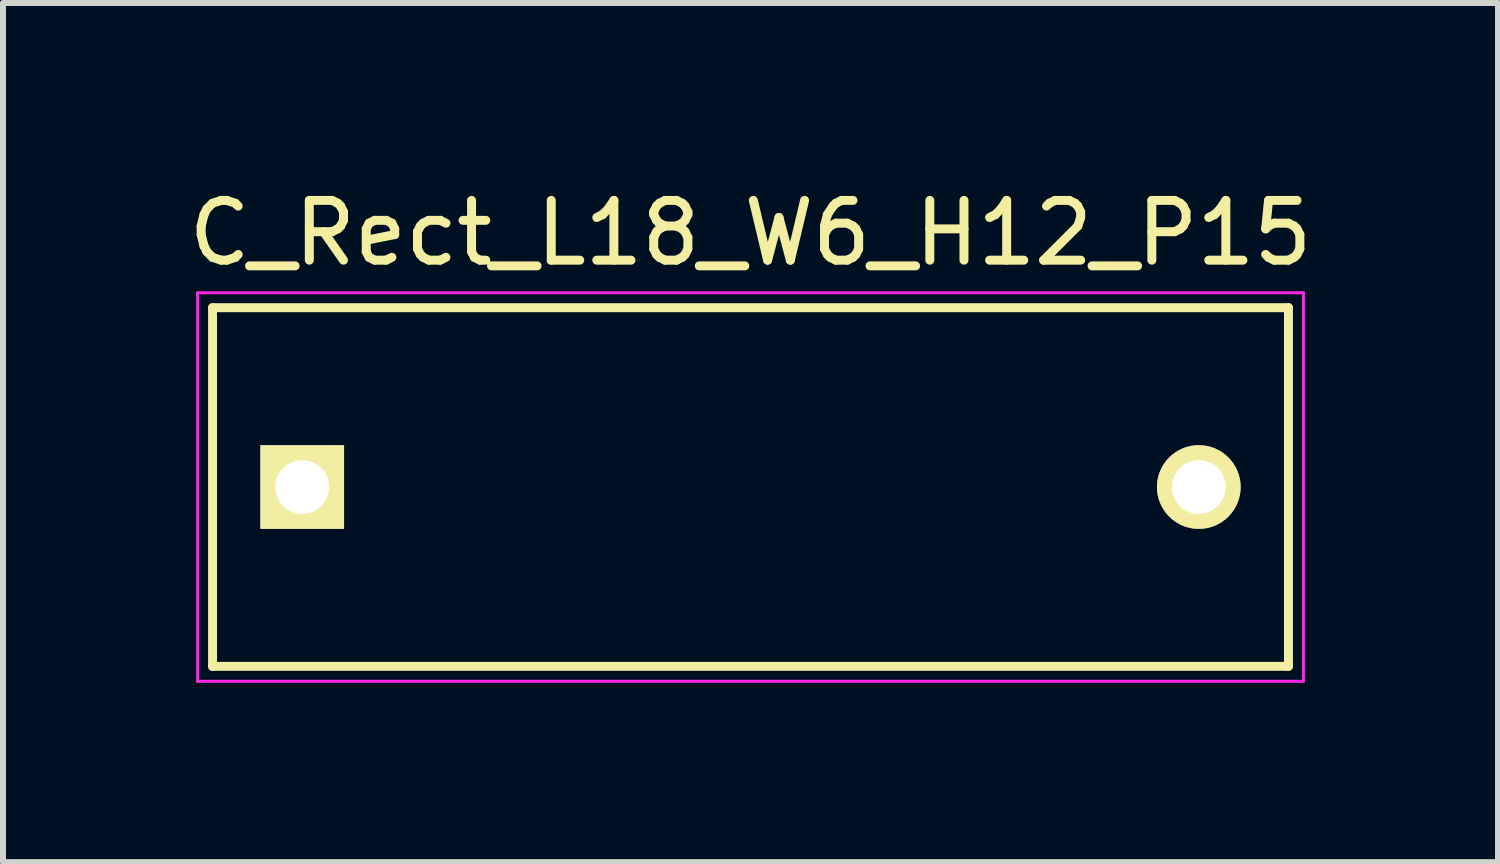
<source format=kicad_pcb>
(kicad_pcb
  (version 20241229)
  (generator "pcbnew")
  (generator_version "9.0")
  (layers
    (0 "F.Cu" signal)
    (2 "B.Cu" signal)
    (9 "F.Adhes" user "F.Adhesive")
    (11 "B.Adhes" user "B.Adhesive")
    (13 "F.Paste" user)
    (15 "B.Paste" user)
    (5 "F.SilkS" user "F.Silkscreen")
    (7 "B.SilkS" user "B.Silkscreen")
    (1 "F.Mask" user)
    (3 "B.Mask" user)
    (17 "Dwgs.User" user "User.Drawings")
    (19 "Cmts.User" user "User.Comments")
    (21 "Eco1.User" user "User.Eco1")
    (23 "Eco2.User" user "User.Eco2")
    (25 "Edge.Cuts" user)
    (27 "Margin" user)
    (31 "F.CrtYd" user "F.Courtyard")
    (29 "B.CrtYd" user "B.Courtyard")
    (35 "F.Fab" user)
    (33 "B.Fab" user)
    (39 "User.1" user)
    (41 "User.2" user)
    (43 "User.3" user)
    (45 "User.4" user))
  (footprint "C_Rect_L18_W6_H12_P15"
    (layer "F.Cu")
    (at 2.006 5.098)
    (property "Reference" "C_Rect_L18_W6_H12_P15" (at 7.5 -4.25 0) (layer "F.SilkS") (effects (font (size 1 1) (thickness 0.15))))
    (attr through_hole)
    (fp_line (start -1.5 -3) (end 16.5 -3) (stroke (width 0.15) (type solid)) (layer "F.SilkS"))
    (fp_line (start -1.5 3) (end -1.5 -3) (stroke (width 0.15) (type solid)) (layer "F.SilkS"))
    (fp_line (start 16.5 -3) (end 16.5 3) (stroke (width 0.15) (type solid)) (layer "F.SilkS"))
    (fp_line (start 16.5 3) (end -1.5 3) (stroke (width 0.15) (type solid)) (layer "F.SilkS"))
    (fp_line (start -1.75 -3.25) (end 16.75 -3.25) (stroke (width 0.05) (type solid)) (layer "F.CrtYd"))
    (fp_line (start -1.75 3.25) (end -1.75 -3.25) (stroke (width 0.05) (type solid)) (layer "F.CrtYd"))
    (fp_line (start 16.75 -3.25) (end 16.75 3.25) (stroke (width 0.05) (type solid)) (layer "F.CrtYd"))
    (fp_line (start 16.75 3.25) (end -1.75 3.25) (stroke (width 0.05) (type solid)) (layer "F.CrtYd"))
    (pad "1" thru_hole rect (at 0 0) (size 1.4 1.4) (drill 0.9) (layers "*.Mask" "B.Cu" "F.SilkS"))
    (pad "2" thru_hole circle (at 15 0) (size 1.4 1.4) (drill 0.9) (layers "*.Mask" "B.Cu" "F.SilkS")))
  (gr_rect
    (start -3 -3)
    (end 22.012 11.373)
    (stroke (width 0.1) (type default))
    (fill no)
    (layer "Edge.Cuts")))
</source>
